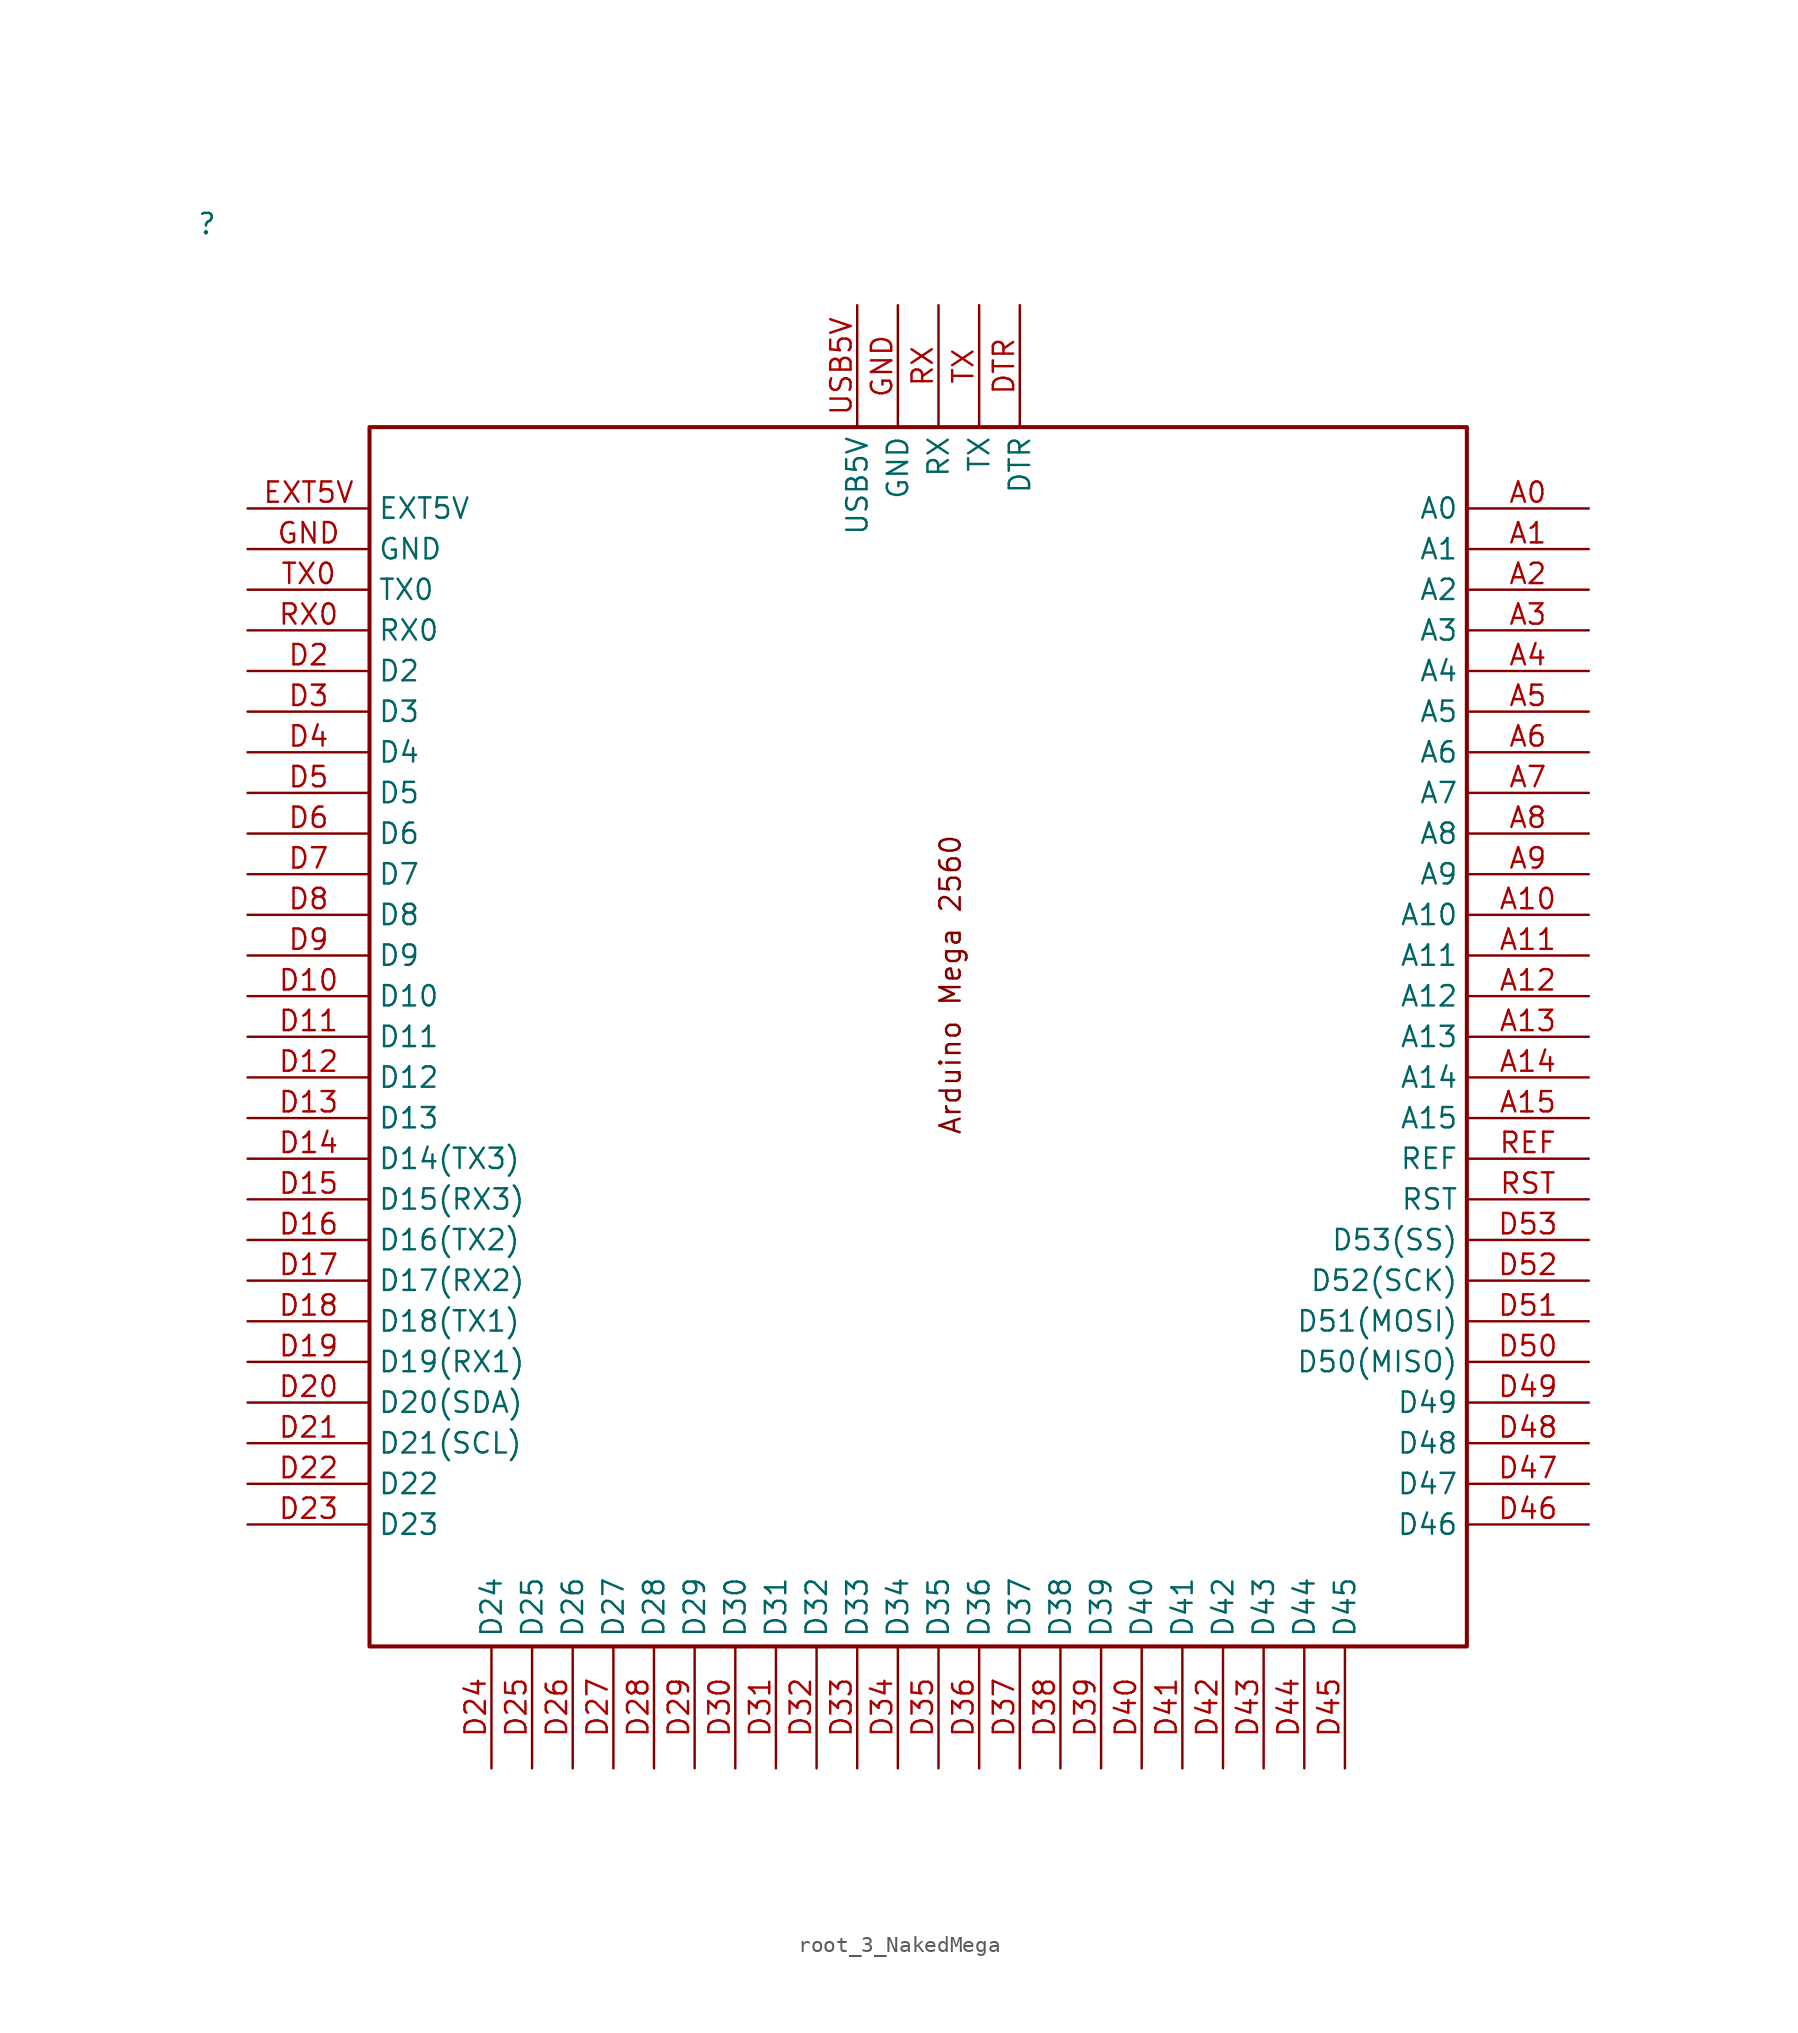
<source format=kicad_sym>
(kicad_symbol_lib
  (version 20231120)
  (generator "kicad_symbol_editor")
  (generator_version "8.0")
  (symbol "root_3_NakedMega"
    (property "Reference" ""
      (at 0 0 0)
      (effects (font (size 1.27 1.27))))
    (property "Value" ""
      (at 0 0 0)
      (effects (font (size 1.27 1.27))))
    (symbol "root_3_NakedMega_1_0"
      (polyline (pts (xy 10.16 -12.7) (xy 10.16 -88.9) (xy 78.74 -88.9) (xy 78.74 -12.7) (xy 10.16 -12.7)) (stroke (width 0.254) (type solid)) (fill (type none)))
      (text "Arduino Mega 2560" (at 45.72 -38.1 900) (effects (font (size 1.27 1.27)) (justify right top)))
      (pin passive line (at 86.36 -17.78 180) (length 7.62) (name "A0" (effects (font (size 1.27 1.27)))) (number "A0" (effects (font (size 1.27 1.27)))))
      (pin passive line (at 86.36 -20.32 180) (length 7.62) (name "A1" (effects (font (size 1.27 1.27)))) (number "A1" (effects (font (size 1.27 1.27)))))
      (pin passive line (at 86.36 -43.18 180) (length 7.62) (name "A10" (effects (font (size 1.27 1.27)))) (number "A10" (effects (font (size 1.27 1.27)))))
      (pin passive line (at 86.36 -45.72 180) (length 7.62) (name "A11" (effects (font (size 1.27 1.27)))) (number "A11" (effects (font (size 1.27 1.27)))))
      (pin passive line (at 86.36 -48.26 180) (length 7.62) (name "A12" (effects (font (size 1.27 1.27)))) (number "A12" (effects (font (size 1.27 1.27)))))
      (pin passive line (at 86.36 -50.8 180) (length 7.62) (name "A13" (effects (font (size 1.27 1.27)))) (number "A13" (effects (font (size 1.27 1.27)))))
      (pin passive line (at 86.36 -53.34 180) (length 7.62) (name "A14" (effects (font (size 1.27 1.27)))) (number "A14" (effects (font (size 1.27 1.27)))))
      (pin passive line (at 86.36 -55.88 180) (length 7.62) (name "A15" (effects (font (size 1.27 1.27)))) (number "A15" (effects (font (size 1.27 1.27)))))
      (pin passive line (at 86.36 -22.86 180) (length 7.62) (name "A2" (effects (font (size 1.27 1.27)))) (number "A2" (effects (font (size 1.27 1.27)))))
      (pin passive line (at 86.36 -25.4 180) (length 7.62) (name "A3" (effects (font (size 1.27 1.27)))) (number "A3" (effects (font (size 1.27 1.27)))))
      (pin passive line (at 86.36 -27.94 180) (length 7.62) (name "A4" (effects (font (size 1.27 1.27)))) (number "A4" (effects (font (size 1.27 1.27)))))
      (pin passive line (at 86.36 -30.48 180) (length 7.62) (name "A5" (effects (font (size 1.27 1.27)))) (number "A5" (effects (font (size 1.27 1.27)))))
      (pin passive line (at 86.36 -33.02 180) (length 7.62) (name "A6" (effects (font (size 1.27 1.27)))) (number "A6" (effects (font (size 1.27 1.27)))))
      (pin passive line (at 86.36 -35.56 180) (length 7.62) (name "A7" (effects (font (size 1.27 1.27)))) (number "A7" (effects (font (size 1.27 1.27)))))
      (pin passive line (at 86.36 -38.1 180) (length 7.62) (name "A8" (effects (font (size 1.27 1.27)))) (number "A8" (effects (font (size 1.27 1.27)))))
      (pin passive line (at 86.36 -40.64 180) (length 7.62) (name "A9" (effects (font (size 1.27 1.27)))) (number "A9" (effects (font (size 1.27 1.27)))))
      (pin passive line (at 2.54 -48.26 0) (length 7.62) (name "D10" (effects (font (size 1.27 1.27)))) (number "D10" (effects (font (size 1.27 1.27)))))
      (pin passive line (at 2.54 -50.8 0) (length 7.62) (name "D11" (effects (font (size 1.27 1.27)))) (number "D11" (effects (font (size 1.27 1.27)))))
      (pin passive line (at 2.54 -53.34 0) (length 7.62) (name "D12" (effects (font (size 1.27 1.27)))) (number "D12" (effects (font (size 1.27 1.27)))))
      (pin passive line (at 2.54 -55.88 0) (length 7.62) (name "D13" (effects (font (size 1.27 1.27)))) (number "D13" (effects (font (size 1.27 1.27)))))
      (pin passive line (at 2.54 -58.42 0) (length 7.62) (name "D14(TX3)" (effects (font (size 1.27 1.27)))) (number "D14" (effects (font (size 1.27 1.27)))))
      (pin passive line (at 2.54 -60.96 0) (length 7.62) (name "D15(RX3)" (effects (font (size 1.27 1.27)))) (number "D15" (effects (font (size 1.27 1.27)))))
      (pin passive line (at 2.54 -63.5 0) (length 7.62) (name "D16(TX2)" (effects (font (size 1.27 1.27)))) (number "D16" (effects (font (size 1.27 1.27)))))
      (pin passive line (at 2.54 -66.04 0) (length 7.62) (name "D17(RX2)" (effects (font (size 1.27 1.27)))) (number "D17" (effects (font (size 1.27 1.27)))))
      (pin passive line (at 2.54 -68.58 0) (length 7.62) (name "D18(TX1)" (effects (font (size 1.27 1.27)))) (number "D18" (effects (font (size 1.27 1.27)))))
      (pin passive line (at 2.54 -71.12 0) (length 7.62) (name "D19(RX1)" (effects (font (size 1.27 1.27)))) (number "D19" (effects (font (size 1.27 1.27)))))
      (pin passive line (at 2.54 -27.94 0) (length 7.62) (name "D2" (effects (font (size 1.27 1.27)))) (number "D2" (effects (font (size 1.27 1.27)))))
      (pin passive line (at 2.54 -73.66 0) (length 7.62) (name "D20(SDA)" (effects (font (size 1.27 1.27)))) (number "D20" (effects (font (size 1.27 1.27)))))
      (pin passive line (at 2.54 -76.2 0) (length 7.62) (name "D21(SCL)" (effects (font (size 1.27 1.27)))) (number "D21" (effects (font (size 1.27 1.27)))))
      (pin passive line (at 2.54 -78.74 0) (length 7.62) (name "D22" (effects (font (size 1.27 1.27)))) (number "D22" (effects (font (size 1.27 1.27)))))
      (pin passive line (at 2.54 -81.28 0) (length 7.62) (name "D23" (effects (font (size 1.27 1.27)))) (number "D23" (effects (font (size 1.27 1.27)))))
      (pin passive line (at 17.78 -96.52 90) (length 7.62) (name "D24" (effects (font (size 1.27 1.27)))) (number "D24" (effects (font (size 1.27 1.27)))))
      (pin passive line (at 20.32 -96.52 90) (length 7.62) (name "D25" (effects (font (size 1.27 1.27)))) (number "D25" (effects (font (size 1.27 1.27)))))
      (pin passive line (at 22.86 -96.52 90) (length 7.62) (name "D26" (effects (font (size 1.27 1.27)))) (number "D26" (effects (font (size 1.27 1.27)))))
      (pin passive line (at 25.4 -96.52 90) (length 7.62) (name "D27" (effects (font (size 1.27 1.27)))) (number "D27" (effects (font (size 1.27 1.27)))))
      (pin passive line (at 27.94 -96.52 90) (length 7.62) (name "D28" (effects (font (size 1.27 1.27)))) (number "D28" (effects (font (size 1.27 1.27)))))
      (pin passive line (at 30.48 -96.52 90) (length 7.62) (name "D29" (effects (font (size 1.27 1.27)))) (number "D29" (effects (font (size 1.27 1.27)))))
      (pin passive line (at 2.54 -30.48 0) (length 7.62) (name "D3" (effects (font (size 1.27 1.27)))) (number "D3" (effects (font (size 1.27 1.27)))))
      (pin passive line (at 33.02 -96.52 90) (length 7.62) (name "D30" (effects (font (size 1.27 1.27)))) (number "D30" (effects (font (size 1.27 1.27)))))
      (pin passive line (at 35.56 -96.52 90) (length 7.62) (name "D31" (effects (font (size 1.27 1.27)))) (number "D31" (effects (font (size 1.27 1.27)))))
      (pin passive line (at 38.1 -96.52 90) (length 7.62) (name "D32" (effects (font (size 1.27 1.27)))) (number "D32" (effects (font (size 1.27 1.27)))))
      (pin passive line (at 40.64 -96.52 90) (length 7.62) (name "D33" (effects (font (size 1.27 1.27)))) (number "D33" (effects (font (size 1.27 1.27)))))
      (pin passive line (at 43.18 -96.52 90) (length 7.62) (name "D34" (effects (font (size 1.27 1.27)))) (number "D34" (effects (font (size 1.27 1.27)))))
      (pin passive line (at 45.72 -96.52 90) (length 7.62) (name "D35" (effects (font (size 1.27 1.27)))) (number "D35" (effects (font (size 1.27 1.27)))))
      (pin passive line (at 48.26 -96.52 90) (length 7.62) (name "D36" (effects (font (size 1.27 1.27)))) (number "D36" (effects (font (size 1.27 1.27)))))
      (pin passive line (at 50.8 -96.52 90) (length 7.62) (name "D37" (effects (font (size 1.27 1.27)))) (number "D37" (effects (font (size 1.27 1.27)))))
      (pin passive line (at 53.34 -96.52 90) (length 7.62) (name "D38" (effects (font (size 1.27 1.27)))) (number "D38" (effects (font (size 1.27 1.27)))))
      (pin passive line (at 55.88 -96.52 90) (length 7.62) (name "D39" (effects (font (size 1.27 1.27)))) (number "D39" (effects (font (size 1.27 1.27)))))
      (pin passive line (at 2.54 -33.02 0) (length 7.62) (name "D4" (effects (font (size 1.27 1.27)))) (number "D4" (effects (font (size 1.27 1.27)))))
      (pin passive line (at 58.42 -96.52 90) (length 7.62) (name "D40" (effects (font (size 1.27 1.27)))) (number "D40" (effects (font (size 1.27 1.27)))))
      (pin passive line (at 60.96 -96.52 90) (length 7.62) (name "D41" (effects (font (size 1.27 1.27)))) (number "D41" (effects (font (size 1.27 1.27)))))
      (pin passive line (at 63.5 -96.52 90) (length 7.62) (name "D42" (effects (font (size 1.27 1.27)))) (number "D42" (effects (font (size 1.27 1.27)))))
      (pin passive line (at 66.04 -96.52 90) (length 7.62) (name "D43" (effects (font (size 1.27 1.27)))) (number "D43" (effects (font (size 1.27 1.27)))))
      (pin passive line (at 68.58 -96.52 90) (length 7.62) (name "D44" (effects (font (size 1.27 1.27)))) (number "D44" (effects (font (size 1.27 1.27)))))
      (pin passive line (at 71.12 -96.52 90) (length 7.62) (name "D45" (effects (font (size 1.27 1.27)))) (number "D45" (effects (font (size 1.27 1.27)))))
      (pin passive line (at 86.36 -81.28 180) (length 7.62) (name "D46" (effects (font (size 1.27 1.27)))) (number "D46" (effects (font (size 1.27 1.27)))))
      (pin passive line (at 86.36 -78.74 180) (length 7.62) (name "D47" (effects (font (size 1.27 1.27)))) (number "D47" (effects (font (size 1.27 1.27)))))
      (pin passive line (at 86.36 -76.2 180) (length 7.62) (name "D48" (effects (font (size 1.27 1.27)))) (number "D48" (effects (font (size 1.27 1.27)))))
      (pin passive line (at 86.36 -73.66 180) (length 7.62) (name "D49" (effects (font (size 1.27 1.27)))) (number "D49" (effects (font (size 1.27 1.27)))))
      (pin passive line (at 2.54 -35.56 0) (length 7.62) (name "D5" (effects (font (size 1.27 1.27)))) (number "D5" (effects (font (size 1.27 1.27)))))
      (pin passive line (at 86.36 -71.12 180) (length 7.62) (name "D50(MISO)" (effects (font (size 1.27 1.27)))) (number "D50" (effects (font (size 1.27 1.27)))))
      (pin passive line (at 86.36 -68.58 180) (length 7.62) (name "D51(MOSI)" (effects (font (size 1.27 1.27)))) (number "D51" (effects (font (size 1.27 1.27)))))
      (pin passive line (at 86.36 -66.04 180) (length 7.62) (name "D52(SCK)" (effects (font (size 1.27 1.27)))) (number "D52" (effects (font (size 1.27 1.27)))))
      (pin passive line (at 86.36 -63.5 180) (length 7.62) (name "D53(SS)" (effects (font (size 1.27 1.27)))) (number "D53" (effects (font (size 1.27 1.27)))))
      (pin passive line (at 2.54 -38.1 0) (length 7.62) (name "D6" (effects (font (size 1.27 1.27)))) (number "D6" (effects (font (size 1.27 1.27)))))
      (pin passive line (at 2.54 -40.64 0) (length 7.62) (name "D7" (effects (font (size 1.27 1.27)))) (number "D7" (effects (font (size 1.27 1.27)))))
      (pin passive line (at 2.54 -43.18 0) (length 7.62) (name "D8" (effects (font (size 1.27 1.27)))) (number "D8" (effects (font (size 1.27 1.27)))))
      (pin passive line (at 2.54 -45.72 0) (length 7.62) (name "D9" (effects (font (size 1.27 1.27)))) (number "D9" (effects (font (size 1.27 1.27)))))
      (pin passive line (at 50.8 -5.08 270) (length 7.62) (name "DTR" (effects (font (size 1.27 1.27)))) (number "DTR" (effects (font (size 1.27 1.27)))))
      (pin passive line (at 2.54 -17.78 0) (length 7.62) (name "EXT5V" (effects (font (size 1.27 1.27)))) (number "EXT5V" (effects (font (size 1.27 1.27)))))
      (pin passive line (at 2.54 -20.32 0) (length 7.62) (name "GND" (effects (font (size 1.27 1.27)))) (number "GND" (effects (font (size 1.27 1.27)))))
      (pin passive line (at 43.18 -5.08 270) (length 7.62) (name "GND" (effects (font (size 1.27 1.27)))) (number "GND" (effects (font (size 1.27 1.27)))))
      (pin passive line (at 86.36 -58.42 180) (length 7.62) (name "REF" (effects (font (size 1.27 1.27)))) (number "REF" (effects (font (size 1.27 1.27)))))
      (pin passive line (at 86.36 -60.96 180) (length 7.62) (name "RST" (effects (font (size 1.27 1.27)))) (number "RST" (effects (font (size 1.27 1.27)))))
      (pin passive line (at 45.72 -5.08 270) (length 7.62) (name "RX" (effects (font (size 1.27 1.27)))) (number "RX" (effects (font (size 1.27 1.27)))))
      (pin passive line (at 2.54 -25.4 0) (length 7.62) (name "RX0" (effects (font (size 1.27 1.27)))) (number "RX0" (effects (font (size 1.27 1.27)))))
      (pin passive line (at 48.26 -5.08 270) (length 7.62) (name "TX" (effects (font (size 1.27 1.27)))) (number "TX" (effects (font (size 1.27 1.27)))))
      (pin passive line (at 2.54 -22.86 0) (length 7.62) (name "TX0" (effects (font (size 1.27 1.27)))) (number "TX0" (effects (font (size 1.27 1.27)))))
      (pin passive line (at 40.64 -5.08 270) (length 7.62) (name "USB5V" (effects (font (size 1.27 1.27)))) (number "USB5V" (effects (font (size 1.27 1.27))))))))
</source>
